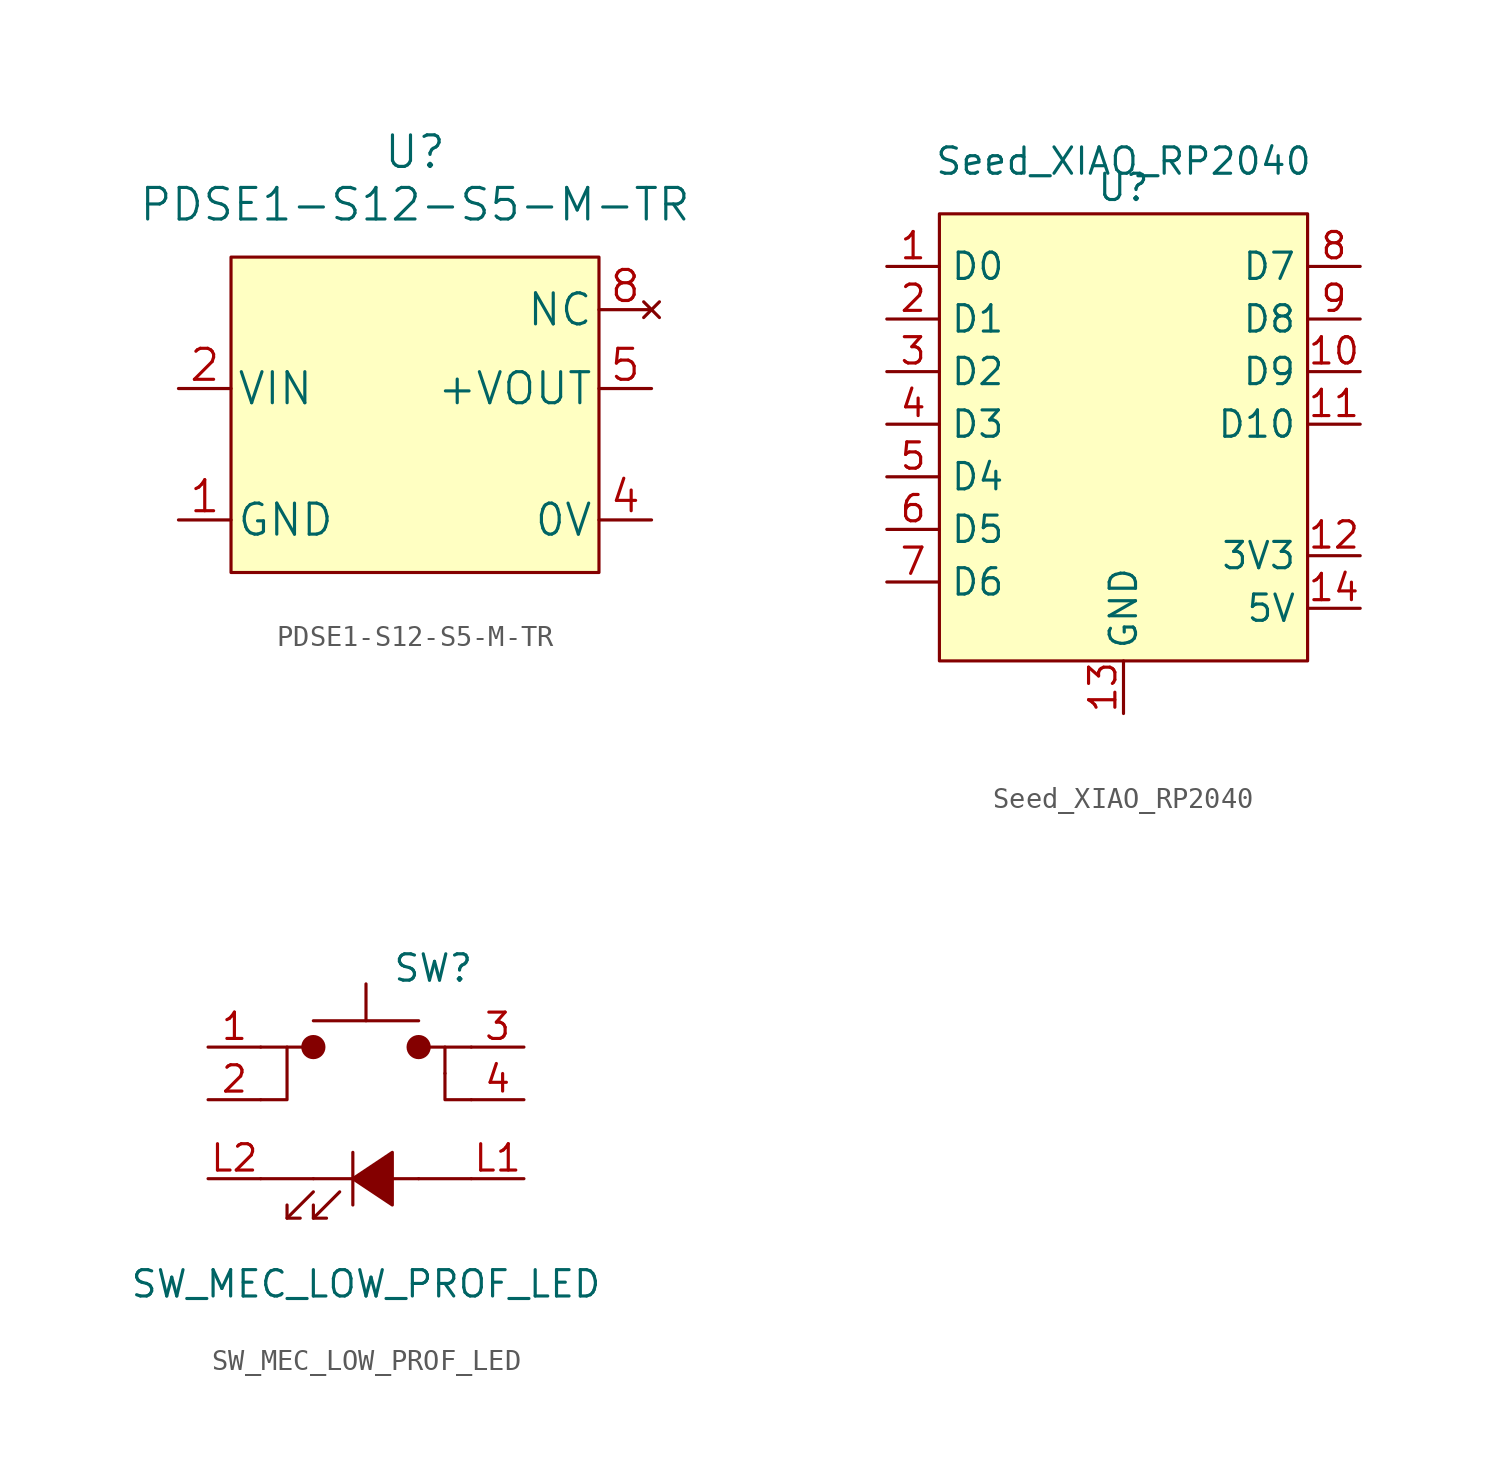
<source format=kicad_sym>
(kicad_symbol_lib
  (version 20211014)
  (generator kicad_symbol_editor)
  (symbol "PDSE1-S12-S5-M-TR"
    (pin_names
      (offset 0.254))
    (property "Reference" "U"
      (at 0 11.43 0)
      (effects (font (size 1.524 1.524))))
    (property "Value" "PDSE1-S12-S5-M-TR"
      (at 0 8.89 0)
      (effects (font (size 1.524 1.524))))
    (symbol "PDSE1-S12-S5-M-TR_0_1"
      (rectangle (start -8.89 6.35) (end 8.89 -8.89) (stroke (width 0) (type default) (color 0 0 0 0)) (fill (type background))))
    (symbol "PDSE1-S12-S5-M-TR_1_1"
      (pin power_in line (at -11.43 -6.35 0) (length 2.54) (name "GND" (effects (font (size 1.499 1.499)))) (number "1" (effects (font (size 1.499 1.499)))))
      (pin power_in line (at -11.43 0 0) (length 2.54) (name "VIN" (effects (font (size 1.499 1.499)))) (number "2" (effects (font (size 1.499 1.499)))))
      (pin unspecified line (at 11.43 -6.35 180) (length 2.54) (name "0V" (effects (font (size 1.499 1.499)))) (number "4" (effects (font (size 1.499 1.499)))))
      (pin output line (at 11.43 0 180) (length 2.54) (name "+VOUT" (effects (font (size 1.499 1.499)))) (number "5" (effects (font (size 1.499 1.499)))))
      (pin no_connect line (at 11.43 3.81 180) (length 2.54) (name "NC" (effects (font (size 1.499 1.499)))) (number "8" (effects (font (size 1.499 1.499)))))))
  (symbol "Seed_XIAO_RP2040"
    (property "Reference" "U"
      (at 0 7.62 0)
      (effects (font (size 1.27 1.27))))
    (property "Value" "Seed_XIAO_RP2040"
      (at 0 8.89 0)
      (effects (font (size 1.27 1.27))))
    (symbol "Seed_XIAO_RP2040_0_0"
      (pin bidirectional line (at -11.43 3.81 0) (length 2.54) (name "D0" (effects (font (size 1.27 1.27)))) (number "1" (effects (font (size 1.27 1.27)))))
      (pin bidirectional line (at 11.43 -1.27 180) (length 2.54) (name "D9" (effects (font (size 1.27 1.27)))) (number "10" (effects (font (size 1.27 1.27)))))
      (pin bidirectional line (at 11.43 -3.81 180) (length 2.54) (name "D10" (effects (font (size 1.27 1.27)))) (number "11" (effects (font (size 1.27 1.27)))))
      (pin power_in line (at 11.43 -10.16 180) (length 2.54) (name "3V3" (effects (font (size 1.27 1.27)))) (number "12" (effects (font (size 1.27 1.27)))))
      (pin power_in line (at 0 -17.78 90) (length 2.54) (name "GND" (effects (font (size 1.27 1.27)))) (number "13" (effects (font (size 1.27 1.27)))))
      (pin power_in line (at 11.43 -12.7 180) (length 2.54) (name "5V" (effects (font (size 1.27 1.27)))) (number "14" (effects (font (size 1.27 1.27)))))
      (pin bidirectional line (at -11.43 1.27 0) (length 2.54) (name "D1" (effects (font (size 1.27 1.27)))) (number "2" (effects (font (size 1.27 1.27)))))
      (pin bidirectional line (at -11.43 -1.27 0) (length 2.54) (name "D2" (effects (font (size 1.27 1.27)))) (number "3" (effects (font (size 1.27 1.27)))))
      (pin bidirectional line (at -11.43 -3.81 0) (length 2.54) (name "D3" (effects (font (size 1.27 1.27)))) (number "4" (effects (font (size 1.27 1.27)))))
      (pin bidirectional line (at -11.43 -6.35 0) (length 2.54) (name "D4" (effects (font (size 1.27 1.27)))) (number "5" (effects (font (size 1.27 1.27)))))
      (pin bidirectional line (at -11.43 -8.89 0) (length 2.54) (name "D5" (effects (font (size 1.27 1.27)))) (number "6" (effects (font (size 1.27 1.27)))))
      (pin bidirectional line (at -11.43 -11.43 0) (length 2.54) (name "D6" (effects (font (size 1.27 1.27)))) (number "7" (effects (font (size 1.27 1.27)))))
      (pin bidirectional line (at 11.43 3.81 180) (length 2.54) (name "D7" (effects (font (size 1.27 1.27)))) (number "8" (effects (font (size 1.27 1.27)))))
      (pin bidirectional line (at 11.43 1.27 180) (length 2.54) (name "D8" (effects (font (size 1.27 1.27)))) (number "9" (effects (font (size 1.27 1.27))))))
    (symbol "Seed_XIAO_RP2040_0_1"
      (rectangle (start -8.89 6.35) (end 8.89 -15.24) (stroke (width 0) (type default) (color 0 0 0 0)) (fill (type background)))))
  (symbol "SW_MEC_LOW_PROF_LED"
    (pin_names
      (offset 1.016) hide)
    (property "Reference" "SW"
      (at 1.27 6.35 0)
      (effects (font (size 1.27 1.27)) (justify left)))
    (property "Value" "SW_MEC_LOW_PROF_LED"
      (at 0 -8.89 0)
      (effects (font (size 1.27 1.27))))
    (symbol "SW_MEC_LOW_PROF_LED_0_0"
      (polyline (pts (xy -3.81 -5.715) (xy -2.54 -4.445)) (stroke (width 0) (type default) (color 0 0 0 0)) (fill (type none)))
      (polyline (pts (xy -2.54 -5.715) (xy -1.27 -4.445)) (stroke (width 0) (type default) (color 0 0 0 0)) (fill (type none)))
      (polyline (pts (xy -2.54 -3.81) (xy 2.54 -3.81)) (stroke (width 0) (type default) (color 0 0 0 0)) (fill (type none)))
      (polyline (pts (xy -0.635 -2.54) (xy -0.635 -5.08)) (stroke (width 0) (type default) (color 0 0 0 0)) (fill (type none)))
      (polyline (pts (xy -3.81 -5.08) (xy -3.81 -5.715) (xy -3.175 -5.715)) (stroke (width 0) (type default) (color 0 0 0 0)) (fill (type none)))
      (polyline (pts (xy -2.54 -5.08) (xy -2.54 -5.715) (xy -1.905 -5.715)) (stroke (width 0) (type default) (color 0 0 0 0)) (fill (type none)))
      (polyline (pts (xy -0.635 -3.81) (xy 1.27 -2.54) (xy 1.27 -5.08) (xy -0.635 -3.81)) (stroke (width 0) (type default) (color 0 0 0 0)) (fill (type outline))))
    (symbol "SW_MEC_LOW_PROF_LED_0_1"
      (circle (center -2.54 2.54) (radius 0.508) (stroke (width 0) (type default) (color 0 0 0 0)) (fill (type outline)))
      (polyline (pts (xy -3.81 2.54) (xy -2.54 2.54)) (stroke (width 0) (type default) (color 0 0 0 0)) (fill (type none)))
      (polyline (pts (xy -2.54 -3.81) (xy -5.08 -3.81)) (stroke (width 0) (type default) (color 0 0 0 0)) (fill (type none)))
      (polyline (pts (xy 0 3.81) (xy 0 5.588)) (stroke (width 0) (type default) (color 0 0 0 0)) (fill (type none)))
      (polyline (pts (xy 2.54 -3.81) (xy 5.08 -3.81)) (stroke (width 0) (type default) (color 0 0 0 0)) (fill (type none)))
      (polyline (pts (xy 2.54 3.81) (xy -2.54 3.81)) (stroke (width 0) (type default) (color 0 0 0 0)) (fill (type none)))
      (polyline (pts (xy 3.81 2.54) (xy 2.54 2.54)) (stroke (width 0) (type default) (color 0 0 0 0)) (fill (type none)))
      (polyline (pts (xy 5.08 0) (xy 3.81 0) (xy 3.81 1.27)) (stroke (width 0) (type default) (color 0 0 0 0)) (fill (type none)))
      (polyline (pts (xy 5.08 2.54) (xy 3.81 2.54) (xy 3.81 1.27)) (stroke (width 0) (type default) (color 0 0 0 0)) (fill (type none)))
      (polyline (pts (xy -5.08 2.54) (xy -3.81 2.54) (xy -3.81 0) (xy -5.08 0)) (stroke (width 0) (type default) (color 0 0 0 0)) (fill (type none)))
      (circle (center 2.54 2.54) (radius 0.508) (stroke (width 0) (type default) (color 0 0 0 0)) (fill (type outline)))
      (pin passive line (at -7.62 2.54 0) (length 2.54) (name "1" (effects (font (size 1.27 1.27)))) (number "1" (effects (font (size 1.27 1.27)))))
      (pin passive line (at -7.62 0 0) (length 2.54) (name "2" (effects (font (size 1.27 1.27)))) (number "2" (effects (font (size 1.27 1.27)))))
      (pin passive line (at 7.62 2.54 180) (length 2.54) (name "3" (effects (font (size 1.27 1.27)))) (number "3" (effects (font (size 1.27 1.27)))))
      (pin passive line (at 7.62 0 180) (length 2.54) (name "4" (effects (font (size 1.27 1.27)))) (number "4" (effects (font (size 1.27 1.27)))))
      (pin passive line (at 7.62 -3.81 180) (length 2.54) (name "L1" (effects (font (size 1.27 1.27)))) (number "L1" (effects (font (size 1.27 1.27)))))
      (pin passive line (at -7.62 -3.81 0) (length 2.54) (name "L2" (effects (font (size 1.27 1.27)))) (number "L2" (effects (font (size 1.27 1.27))))))))
</source>
